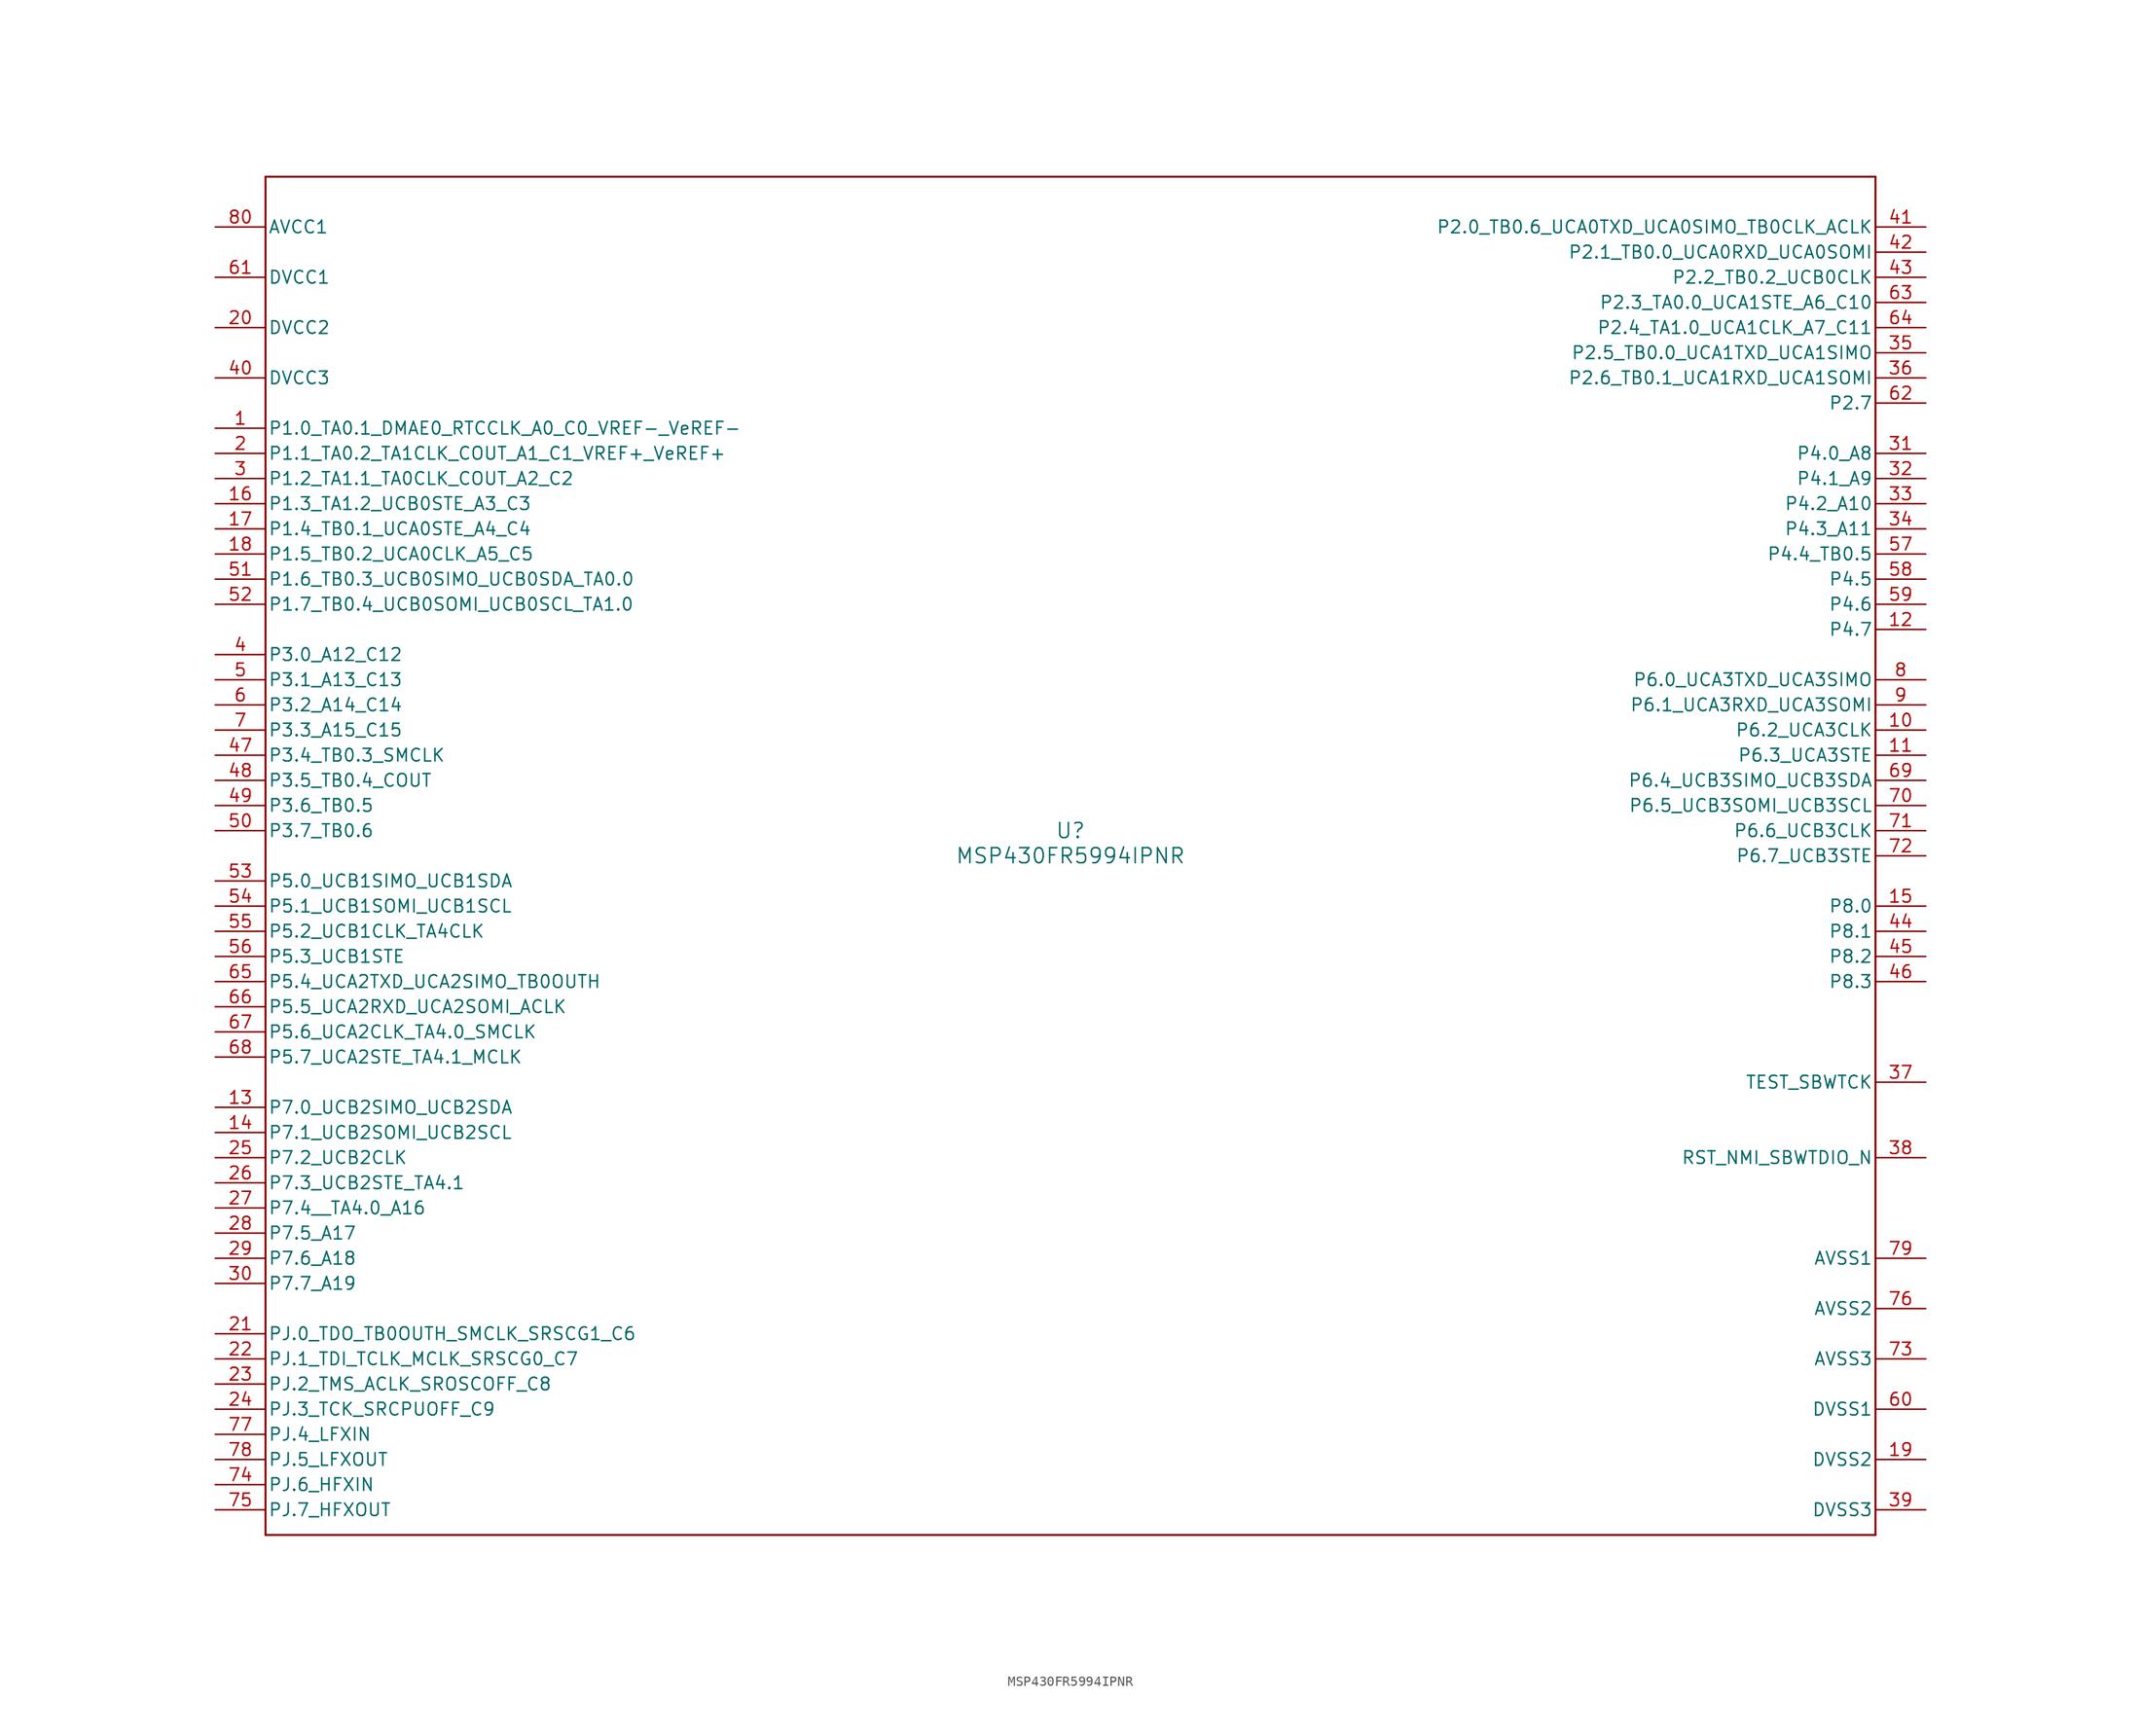
<source format=kicad_sym>
(kicad_symbol_lib
  (version 20211014)
  (generator kicad_symbol_editor)
  (symbol "MSP430FR5994IPNR"
    (pin_names
      (offset 0.254))
    (property "Reference" "U"
      (at 0 2.54 0)
      (effects (font (size 1.524 1.524))))
    (property "Value" "MSP430FR5994IPNR"
      (at 0 0 0)
      (effects (font (size 1.524 1.524))))
    (symbol "MSP430FR5994IPNR_0_1"
      (polyline (pts (xy -81.28 -68.58) (xy 81.28 -68.58)) (stroke (width 0.203) (type default) (color 0 0 0 0)) (fill (type none)))
      (polyline (pts (xy 81.28 -68.58) (xy 81.28 68.58)) (stroke (width 0.203) (type default) (color 0 0 0 0)) (fill (type none)))
      (polyline (pts (xy 81.28 68.58) (xy -81.28 68.58)) (stroke (width 0.203) (type default) (color 0 0 0 0)) (fill (type none)))
      (polyline (pts (xy -81.28 68.58) (xy -81.28 -68.58)) (stroke (width 0.203) (type default) (color 0 0 0 0)) (fill (type none)))
      (pin bidirectional line (at -86.36 43.18 0) (length 5.08) (name "P1.0_TA0.1_DMAE0_RTCCLK_A0_C0_VREF-_VeREF-" (effects (font (size 1.27 1.27)))) (number "1" (effects (font (size 1.27 1.27)))))
      (pin bidirectional line (at -86.36 40.64 0) (length 5.08) (name "P1.1_TA0.2_TA1CLK_COUT_A1_C1_VREF+_VeREF+" (effects (font (size 1.27 1.27)))) (number "2" (effects (font (size 1.27 1.27)))))
      (pin bidirectional line (at -86.36 38.1 0) (length 5.08) (name "P1.2_TA1.1_TA0CLK_COUT_A2_C2" (effects (font (size 1.27 1.27)))) (number "3" (effects (font (size 1.27 1.27)))))
      (pin bidirectional line (at -86.36 20.32 0) (length 5.08) (name "P3.0_A12_C12" (effects (font (size 1.27 1.27)))) (number "4" (effects (font (size 1.27 1.27)))))
      (pin bidirectional line (at -86.36 17.78 0) (length 5.08) (name "P3.1_A13_C13" (effects (font (size 1.27 1.27)))) (number "5" (effects (font (size 1.27 1.27)))))
      (pin bidirectional line (at -86.36 15.24 0) (length 5.08) (name "P3.2_A14_C14" (effects (font (size 1.27 1.27)))) (number "6" (effects (font (size 1.27 1.27)))))
      (pin bidirectional line (at -86.36 12.7 0) (length 5.08) (name "P3.3_A15_C15" (effects (font (size 1.27 1.27)))) (number "7" (effects (font (size 1.27 1.27)))))
      (pin bidirectional line (at 86.36 17.78 180) (length 5.08) (name "P6.0_UCA3TXD_UCA3SIMO" (effects (font (size 1.27 1.27)))) (number "8" (effects (font (size 1.27 1.27)))))
      (pin bidirectional line (at 86.36 15.24 180) (length 5.08) (name "P6.1_UCA3RXD_UCA3SOMI" (effects (font (size 1.27 1.27)))) (number "9" (effects (font (size 1.27 1.27)))))
      (pin bidirectional line (at 86.36 12.7 180) (length 5.08) (name "P6.2_UCA3CLK" (effects (font (size 1.27 1.27)))) (number "10" (effects (font (size 1.27 1.27)))))
      (pin bidirectional line (at 86.36 10.16 180) (length 5.08) (name "P6.3_UCA3STE" (effects (font (size 1.27 1.27)))) (number "11" (effects (font (size 1.27 1.27)))))
      (pin bidirectional line (at 86.36 22.86 180) (length 5.08) (name "P4.7" (effects (font (size 1.27 1.27)))) (number "12" (effects (font (size 1.27 1.27)))))
      (pin bidirectional line (at -86.36 -25.4 0) (length 5.08) (name "P7.0_UCB2SIMO_UCB2SDA" (effects (font (size 1.27 1.27)))) (number "13" (effects (font (size 1.27 1.27)))))
      (pin bidirectional line (at -86.36 -27.94 0) (length 5.08) (name "P7.1_UCB2SOMI_UCB2SCL" (effects (font (size 1.27 1.27)))) (number "14" (effects (font (size 1.27 1.27)))))
      (pin bidirectional line (at 86.36 -5.08 180) (length 5.08) (name "P8.0" (effects (font (size 1.27 1.27)))) (number "15" (effects (font (size 1.27 1.27)))))
      (pin bidirectional line (at -86.36 35.56 0) (length 5.08) (name "P1.3_TA1.2_UCB0STE_A3_C3" (effects (font (size 1.27 1.27)))) (number "16" (effects (font (size 1.27 1.27)))))
      (pin bidirectional line (at -86.36 33.02 0) (length 5.08) (name "P1.4_TB0.1_UCA0STE_A4_C4" (effects (font (size 1.27 1.27)))) (number "17" (effects (font (size 1.27 1.27)))))
      (pin bidirectional line (at -86.36 30.48 0) (length 5.08) (name "P1.5_TB0.2_UCA0CLK_A5_C5" (effects (font (size 1.27 1.27)))) (number "18" (effects (font (size 1.27 1.27)))))
      (pin power_in line (at 86.36 -60.96 180) (length 5.08) (name "DVSS2" (effects (font (size 1.27 1.27)))) (number "19" (effects (font (size 1.27 1.27)))))
      (pin power_in line (at -86.36 53.34 0) (length 5.08) (name "DVCC2" (effects (font (size 1.27 1.27)))) (number "20" (effects (font (size 1.27 1.27)))))
      (pin bidirectional line (at -86.36 -48.26 0) (length 5.08) (name "PJ.0_TDO_TB0OUTH_SMCLK_SRSCG1_C6" (effects (font (size 1.27 1.27)))) (number "21" (effects (font (size 1.27 1.27)))))
      (pin bidirectional line (at -86.36 -50.8 0) (length 5.08) (name "PJ.1_TDI_TCLK_MCLK_SRSCG0_C7" (effects (font (size 1.27 1.27)))) (number "22" (effects (font (size 1.27 1.27)))))
      (pin bidirectional line (at -86.36 -53.34 0) (length 5.08) (name "PJ.2_TMS_ACLK_SROSCOFF_C8" (effects (font (size 1.27 1.27)))) (number "23" (effects (font (size 1.27 1.27)))))
      (pin bidirectional line (at -86.36 -55.88 0) (length 5.08) (name "PJ.3_TCK_SRCPUOFF_C9" (effects (font (size 1.27 1.27)))) (number "24" (effects (font (size 1.27 1.27)))))
      (pin bidirectional line (at -86.36 -30.48 0) (length 5.08) (name "P7.2_UCB2CLK" (effects (font (size 1.27 1.27)))) (number "25" (effects (font (size 1.27 1.27)))))
      (pin bidirectional line (at -86.36 -33.02 0) (length 5.08) (name "P7.3_UCB2STE_TA4.1" (effects (font (size 1.27 1.27)))) (number "26" (effects (font (size 1.27 1.27)))))
      (pin bidirectional line (at -86.36 -35.56 0) (length 5.08) (name "P7.4__TA4.0_A16" (effects (font (size 1.27 1.27)))) (number "27" (effects (font (size 1.27 1.27)))))
      (pin bidirectional line (at -86.36 -38.1 0) (length 5.08) (name "P7.5_A17" (effects (font (size 1.27 1.27)))) (number "28" (effects (font (size 1.27 1.27)))))
      (pin bidirectional line (at -86.36 -40.64 0) (length 5.08) (name "P7.6_A18" (effects (font (size 1.27 1.27)))) (number "29" (effects (font (size 1.27 1.27)))))
      (pin bidirectional line (at -86.36 -43.18 0) (length 5.08) (name "P7.7_A19" (effects (font (size 1.27 1.27)))) (number "30" (effects (font (size 1.27 1.27)))))
      (pin bidirectional line (at 86.36 40.64 180) (length 5.08) (name "P4.0_A8" (effects (font (size 1.27 1.27)))) (number "31" (effects (font (size 1.27 1.27)))))
      (pin bidirectional line (at 86.36 38.1 180) (length 5.08) (name "P4.1_A9" (effects (font (size 1.27 1.27)))) (number "32" (effects (font (size 1.27 1.27)))))
      (pin bidirectional line (at 86.36 35.56 180) (length 5.08) (name "P4.2_A10" (effects (font (size 1.27 1.27)))) (number "33" (effects (font (size 1.27 1.27)))))
      (pin bidirectional line (at 86.36 33.02 180) (length 5.08) (name "P4.3_A11" (effects (font (size 1.27 1.27)))) (number "34" (effects (font (size 1.27 1.27)))))
      (pin bidirectional line (at 86.36 50.8 180) (length 5.08) (name "P2.5_TB0.0_UCA1TXD_UCA1SIMO" (effects (font (size 1.27 1.27)))) (number "35" (effects (font (size 1.27 1.27)))))
      (pin bidirectional line (at 86.36 48.26 180) (length 5.08) (name "P2.6_TB0.1_UCA1RXD_UCA1SOMI" (effects (font (size 1.27 1.27)))) (number "36" (effects (font (size 1.27 1.27)))))
      (pin input line (at 86.36 -22.86 180) (length 5.08) (name "TEST_SBWTCK" (effects (font (size 1.27 1.27)))) (number "37" (effects (font (size 1.27 1.27)))))
      (pin bidirectional line (at 86.36 -30.48 180) (length 5.08) (name "RST_NMI_SBWTDIO_N" (effects (font (size 1.27 1.27)))) (number "38" (effects (font (size 1.27 1.27)))))
      (pin power_in line (at 86.36 -66.04 180) (length 5.08) (name "DVSS3" (effects (font (size 1.27 1.27)))) (number "39" (effects (font (size 1.27 1.27)))))
      (pin power_in line (at -86.36 48.26 0) (length 5.08) (name "DVCC3" (effects (font (size 1.27 1.27)))) (number "40" (effects (font (size 1.27 1.27)))))
      (pin bidirectional line (at 86.36 63.5 180) (length 5.08) (name "P2.0_TB0.6_UCA0TXD_UCA0SIMO_TB0CLK_ACLK" (effects (font (size 1.27 1.27)))) (number "41" (effects (font (size 1.27 1.27)))))
      (pin bidirectional line (at 86.36 60.96 180) (length 5.08) (name "P2.1_TB0.0_UCA0RXD_UCA0SOMI" (effects (font (size 1.27 1.27)))) (number "42" (effects (font (size 1.27 1.27)))))
      (pin bidirectional line (at 86.36 58.42 180) (length 5.08) (name "P2.2_TB0.2_UCB0CLK" (effects (font (size 1.27 1.27)))) (number "43" (effects (font (size 1.27 1.27)))))
      (pin bidirectional line (at 86.36 -7.62 180) (length 5.08) (name "P8.1" (effects (font (size 1.27 1.27)))) (number "44" (effects (font (size 1.27 1.27)))))
      (pin bidirectional line (at 86.36 -10.16 180) (length 5.08) (name "P8.2" (effects (font (size 1.27 1.27)))) (number "45" (effects (font (size 1.27 1.27)))))
      (pin bidirectional line (at 86.36 -12.7 180) (length 5.08) (name "P8.3" (effects (font (size 1.27 1.27)))) (number "46" (effects (font (size 1.27 1.27)))))
      (pin bidirectional line (at -86.36 10.16 0) (length 5.08) (name "P3.4_TB0.3_SMCLK" (effects (font (size 1.27 1.27)))) (number "47" (effects (font (size 1.27 1.27)))))
      (pin bidirectional line (at -86.36 7.62 0) (length 5.08) (name "P3.5_TB0.4_COUT" (effects (font (size 1.27 1.27)))) (number "48" (effects (font (size 1.27 1.27)))))
      (pin bidirectional line (at -86.36 5.08 0) (length 5.08) (name "P3.6_TB0.5" (effects (font (size 1.27 1.27)))) (number "49" (effects (font (size 1.27 1.27)))))
      (pin bidirectional line (at -86.36 2.54 0) (length 5.08) (name "P3.7_TB0.6" (effects (font (size 1.27 1.27)))) (number "50" (effects (font (size 1.27 1.27)))))
      (pin bidirectional line (at -86.36 27.94 0) (length 5.08) (name "P1.6_TB0.3_UCB0SIMO_UCB0SDA_TA0.0" (effects (font (size 1.27 1.27)))) (number "51" (effects (font (size 1.27 1.27)))))
      (pin bidirectional line (at -86.36 25.4 0) (length 5.08) (name "P1.7_TB0.4_UCB0SOMI_UCB0SCL_TA1.0" (effects (font (size 1.27 1.27)))) (number "52" (effects (font (size 1.27 1.27)))))
      (pin bidirectional line (at -86.36 -2.54 0) (length 5.08) (name "P5.0_UCB1SIMO_UCB1SDA" (effects (font (size 1.27 1.27)))) (number "53" (effects (font (size 1.27 1.27)))))
      (pin bidirectional line (at -86.36 -5.08 0) (length 5.08) (name "P5.1_UCB1SOMI_UCB1SCL" (effects (font (size 1.27 1.27)))) (number "54" (effects (font (size 1.27 1.27)))))
      (pin bidirectional line (at -86.36 -7.62 0) (length 5.08) (name "P5.2_UCB1CLK_TA4CLK" (effects (font (size 1.27 1.27)))) (number "55" (effects (font (size 1.27 1.27)))))
      (pin bidirectional line (at -86.36 -10.16 0) (length 5.08) (name "P5.3_UCB1STE" (effects (font (size 1.27 1.27)))) (number "56" (effects (font (size 1.27 1.27)))))
      (pin bidirectional line (at 86.36 30.48 180) (length 5.08) (name "P4.4_TB0.5" (effects (font (size 1.27 1.27)))) (number "57" (effects (font (size 1.27 1.27)))))
      (pin bidirectional line (at 86.36 27.94 180) (length 5.08) (name "P4.5" (effects (font (size 1.27 1.27)))) (number "58" (effects (font (size 1.27 1.27)))))
      (pin bidirectional line (at 86.36 25.4 180) (length 5.08) (name "P4.6" (effects (font (size 1.27 1.27)))) (number "59" (effects (font (size 1.27 1.27)))))
      (pin power_in line (at 86.36 -55.88 180) (length 5.08) (name "DVSS1" (effects (font (size 1.27 1.27)))) (number "60" (effects (font (size 1.27 1.27)))))
      (pin power_in line (at -86.36 58.42 0) (length 5.08) (name "DVCC1" (effects (font (size 1.27 1.27)))) (number "61" (effects (font (size 1.27 1.27)))))
      (pin bidirectional line (at 86.36 45.72 180) (length 5.08) (name "P2.7" (effects (font (size 1.27 1.27)))) (number "62" (effects (font (size 1.27 1.27)))))
      (pin bidirectional line (at 86.36 55.88 180) (length 5.08) (name "P2.3_TA0.0_UCA1STE_A6_C10" (effects (font (size 1.27 1.27)))) (number "63" (effects (font (size 1.27 1.27)))))
      (pin bidirectional line (at 86.36 53.34 180) (length 5.08) (name "P2.4_TA1.0_UCA1CLK_A7_C11" (effects (font (size 1.27 1.27)))) (number "64" (effects (font (size 1.27 1.27)))))
      (pin bidirectional line (at -86.36 -12.7 0) (length 5.08) (name "P5.4_UCA2TXD_UCA2SIMO_TB0OUTH" (effects (font (size 1.27 1.27)))) (number "65" (effects (font (size 1.27 1.27)))))
      (pin bidirectional line (at -86.36 -15.24 0) (length 5.08) (name "P5.5_UCA2RXD_UCA2SOMI_ACLK" (effects (font (size 1.27 1.27)))) (number "66" (effects (font (size 1.27 1.27)))))
      (pin bidirectional line (at -86.36 -17.78 0) (length 5.08) (name "P5.6_UCA2CLK_TA4.0_SMCLK" (effects (font (size 1.27 1.27)))) (number "67" (effects (font (size 1.27 1.27)))))
      (pin bidirectional line (at -86.36 -20.32 0) (length 5.08) (name "P5.7_UCA2STE_TA4.1_MCLK" (effects (font (size 1.27 1.27)))) (number "68" (effects (font (size 1.27 1.27)))))
      (pin bidirectional line (at 86.36 7.62 180) (length 5.08) (name "P6.4_UCB3SIMO_UCB3SDA" (effects (font (size 1.27 1.27)))) (number "69" (effects (font (size 1.27 1.27)))))
      (pin bidirectional line (at 86.36 5.08 180) (length 5.08) (name "P6.5_UCB3SOMI_UCB3SCL" (effects (font (size 1.27 1.27)))) (number "70" (effects (font (size 1.27 1.27)))))
      (pin bidirectional line (at 86.36 2.54 180) (length 5.08) (name "P6.6_UCB3CLK" (effects (font (size 1.27 1.27)))) (number "71" (effects (font (size 1.27 1.27)))))
      (pin bidirectional line (at 86.36 0 180) (length 5.08) (name "P6.7_UCB3STE" (effects (font (size 1.27 1.27)))) (number "72" (effects (font (size 1.27 1.27)))))
      (pin power_in line (at 86.36 -50.8 180) (length 5.08) (name "AVSS3" (effects (font (size 1.27 1.27)))) (number "73" (effects (font (size 1.27 1.27)))))
      (pin bidirectional line (at -86.36 -63.5 0) (length 5.08) (name "PJ.6_HFXIN" (effects (font (size 1.27 1.27)))) (number "74" (effects (font (size 1.27 1.27)))))
      (pin bidirectional line (at -86.36 -66.04 0) (length 5.08) (name "PJ.7_HFXOUT" (effects (font (size 1.27 1.27)))) (number "75" (effects (font (size 1.27 1.27)))))
      (pin power_in line (at 86.36 -45.72 180) (length 5.08) (name "AVSS2" (effects (font (size 1.27 1.27)))) (number "76" (effects (font (size 1.27 1.27)))))
      (pin bidirectional line (at -86.36 -58.42 0) (length 5.08) (name "PJ.4_LFXIN" (effects (font (size 1.27 1.27)))) (number "77" (effects (font (size 1.27 1.27)))))
      (pin bidirectional line (at -86.36 -60.96 0) (length 5.08) (name "PJ.5_LFXOUT" (effects (font (size 1.27 1.27)))) (number "78" (effects (font (size 1.27 1.27)))))
      (pin power_in line (at 86.36 -40.64 180) (length 5.08) (name "AVSS1" (effects (font (size 1.27 1.27)))) (number "79" (effects (font (size 1.27 1.27)))))
      (pin power_in line (at -86.36 63.5 0) (length 5.08) (name "AVCC1" (effects (font (size 1.27 1.27)))) (number "80" (effects (font (size 1.27 1.27))))))))
</source>
